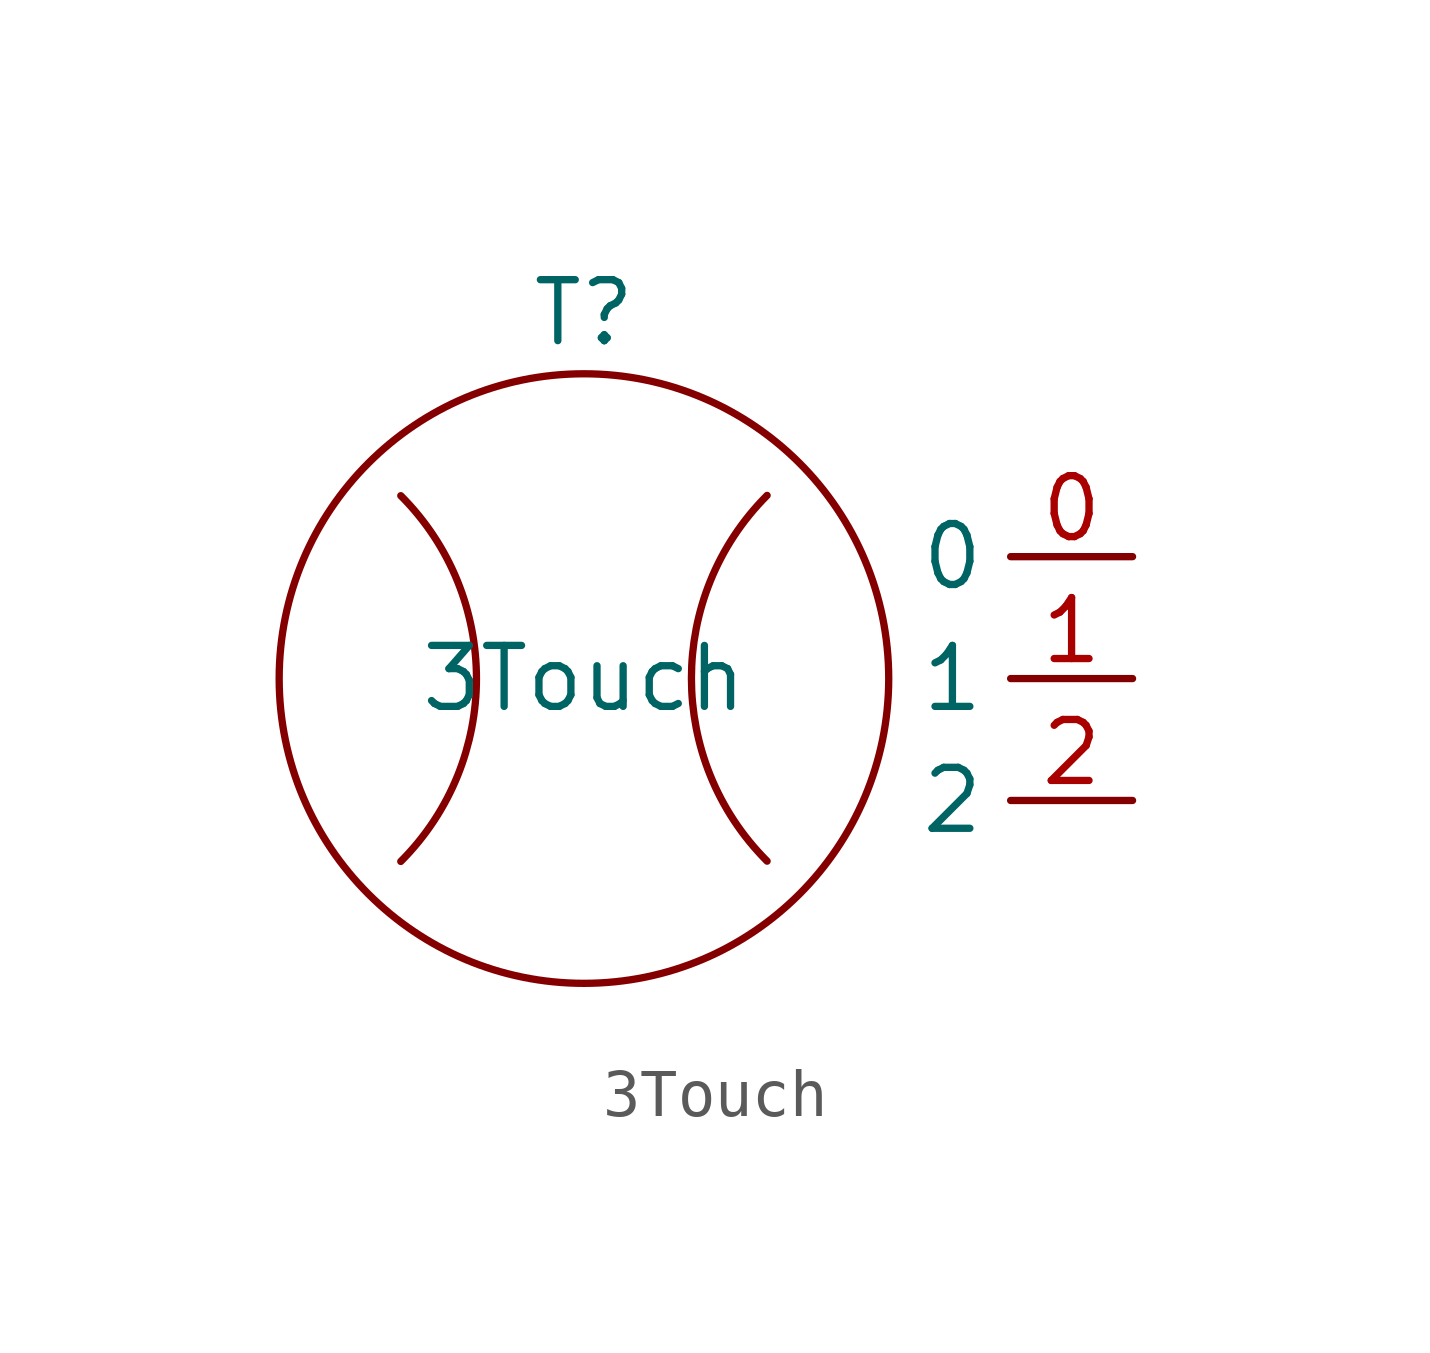
<source format=kicad_sym>
(kicad_symbol_lib
  (version 20211014)
  (generator kicad_symbol_editor)
  (symbol "3Touch"
    (property "Reference" "T"
      (at 0 7.62 0)
      (effects (font (size 1.27 1.27))))
    (property "Value" "3Touch"
      (at 0 0 0)
      (effects (font (size 1.27 1.27))))
    (symbol "3Touch_0_1"
      (arc (start -3.8159 -3.81) (mid 5.3923 0) (end -3.8159 3.81) (stroke (width 0) (type default) (color 0 0 0 0)) (fill (type none)))
      (circle (center 0 0) (radius 6.35) (stroke (width 0) (type default) (color 0 0 0 0)) (fill (type none)))
      (arc (start 3.8159 3.8159) (mid -5.3923 0.0059) (end 3.8159 -3.8041) (stroke (width 0) (type default) (color 0 0 0 0)) (fill (type none))))
    (symbol "3Touch_1_1"
      (pin input line (at 11.43 2.54 180) (length 2.54) (name "0" (effects (font (size 1.27 1.27)))) (number "0" (effects (font (size 1.27 1.27)))))
      (pin input line (at 11.43 0 180) (length 2.54) (name "1" (effects (font (size 1.27 1.27)))) (number "1" (effects (font (size 1.27 1.27)))))
      (pin input line (at 11.43 -2.54 180) (length 2.54) (name "2" (effects (font (size 1.27 1.27)))) (number "2" (effects (font (size 1.27 1.27))))))))
</source>
